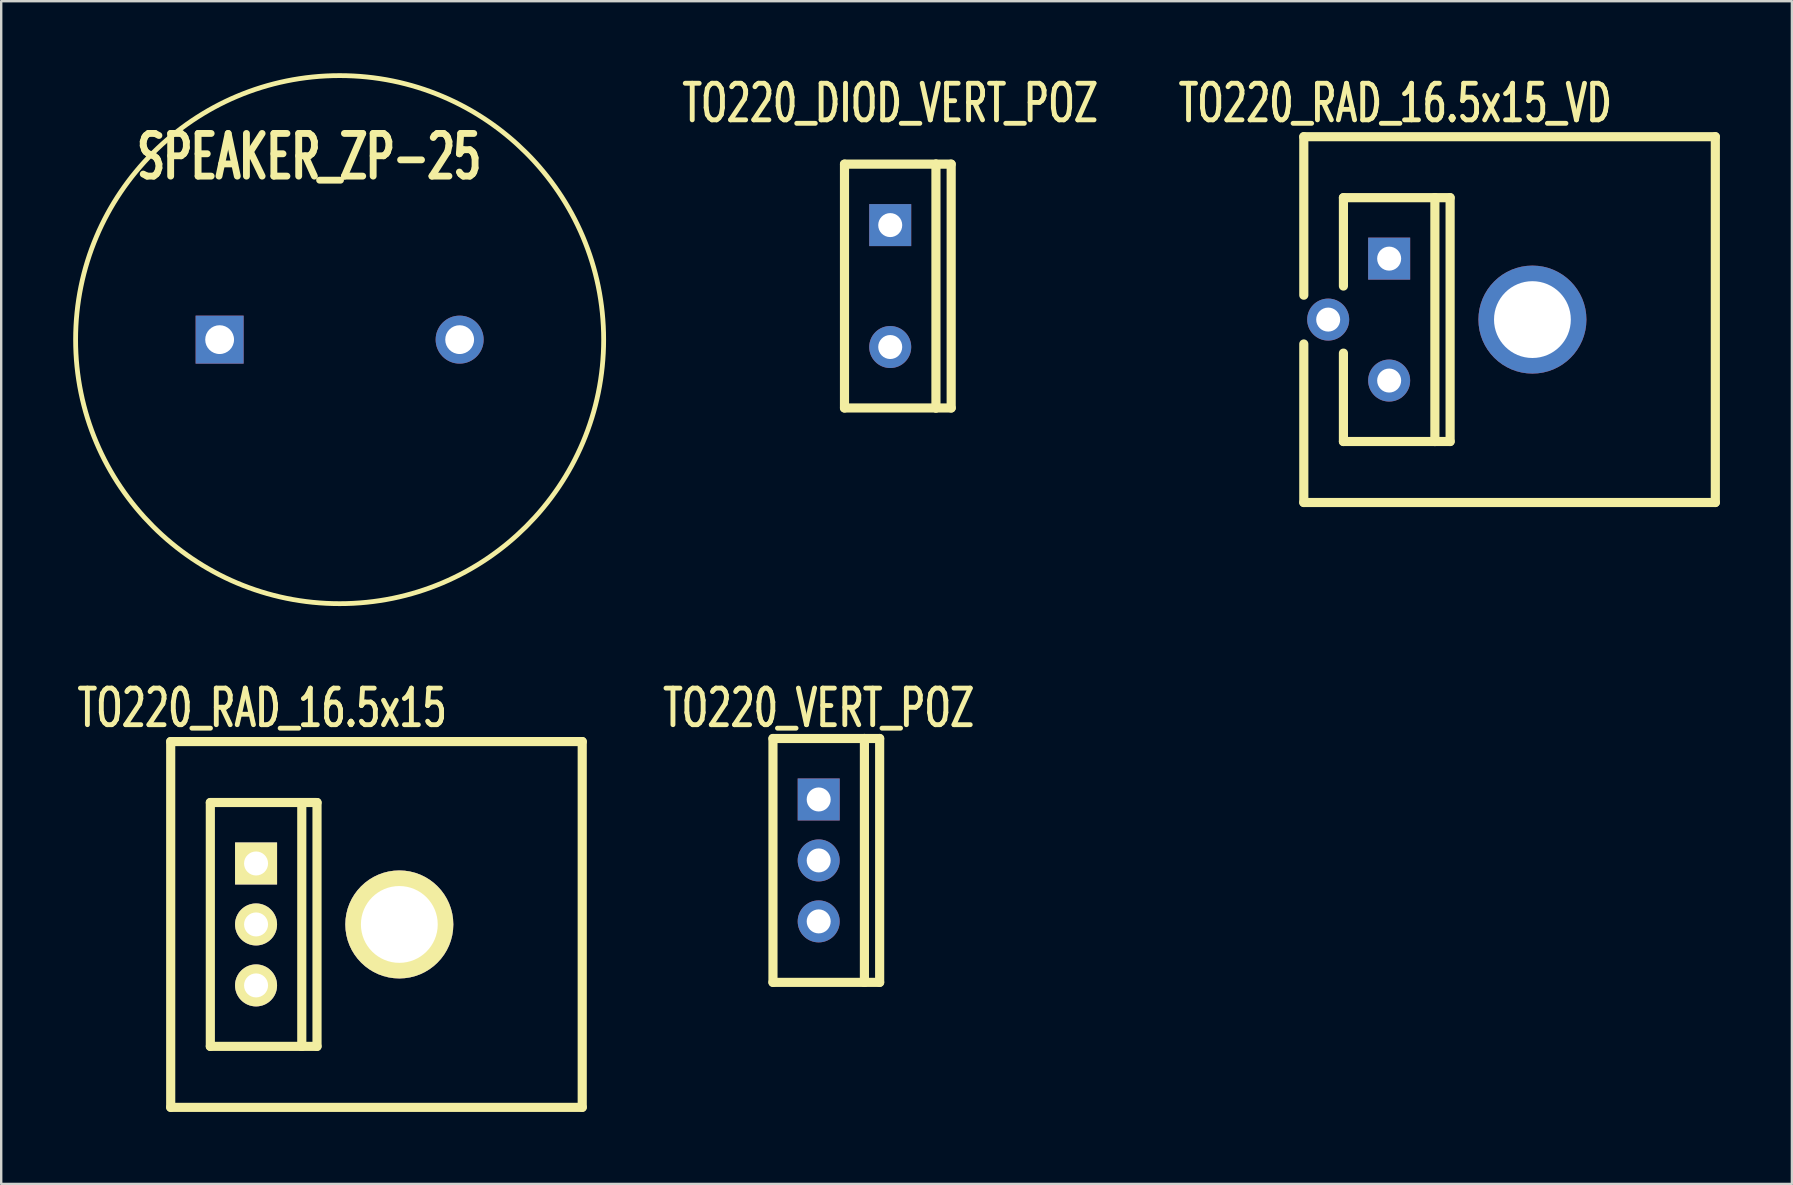
<source format=kicad_pcb>
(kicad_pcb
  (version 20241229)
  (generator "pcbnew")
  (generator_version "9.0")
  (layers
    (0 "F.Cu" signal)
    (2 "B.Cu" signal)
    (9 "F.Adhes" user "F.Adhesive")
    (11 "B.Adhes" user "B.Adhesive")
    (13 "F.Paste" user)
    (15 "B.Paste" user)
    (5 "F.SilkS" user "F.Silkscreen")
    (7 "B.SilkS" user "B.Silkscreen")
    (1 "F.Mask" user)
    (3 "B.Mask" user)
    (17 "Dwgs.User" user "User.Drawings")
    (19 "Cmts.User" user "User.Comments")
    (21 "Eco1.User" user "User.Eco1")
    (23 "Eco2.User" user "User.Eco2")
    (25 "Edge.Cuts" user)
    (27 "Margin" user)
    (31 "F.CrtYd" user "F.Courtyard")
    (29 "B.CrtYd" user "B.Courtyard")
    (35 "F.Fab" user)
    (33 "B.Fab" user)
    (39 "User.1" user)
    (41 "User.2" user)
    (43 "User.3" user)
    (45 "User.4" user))
  (footprint "TO220_RAD_16.5x15_VD"
    (layer "F.Cu")
    (at 60.795 10.265)
    (property "Reference" "TO220_RAD_16.5x15_VD" (at -5.715 -9.017 0) (layer "F.SilkS") (effects (font (size 1.524 1.016) (thickness 0.203))))
    (attr through_hole)
    (fp_line (start -9.525 -7.62) (end -9.525 -1.016) (stroke (width 0.381) (type solid)) (layer "F.SilkS"))
    (fp_line (start -9.525 7.62) (end -9.525 1.016) (stroke (width 0.381) (type solid)) (layer "F.SilkS"))
    (fp_line (start -7.874 -5.08) (end -7.874 -1.397) (stroke (width 0.381) (type solid)) (layer "F.SilkS"))
    (fp_line (start -7.874 -5.08) (end -4.064 -5.08) (stroke (width 0.381) (type solid)) (layer "F.SilkS"))
    (fp_line (start -7.874 5.08) (end -7.874 1.397) (stroke (width 0.381) (type solid)) (layer "F.SilkS"))
    (fp_line (start -4.064 -5.08) (end -4.064 5.08) (stroke (width 0.381) (type solid)) (layer "F.SilkS"))
    (fp_line (start -4.064 -5.08) (end -3.429 -5.08) (stroke (width 0.381) (type solid)) (layer "F.SilkS"))
    (fp_line (start -4.064 5.08) (end -7.874 5.08) (stroke (width 0.381) (type solid)) (layer "F.SilkS"))
    (fp_line (start -3.429 -5.08) (end -3.429 5.08) (stroke (width 0.381) (type solid)) (layer "F.SilkS"))
    (fp_line (start -3.429 5.08) (end -4.064 5.08) (stroke (width 0.381) (type solid)) (layer "F.SilkS"))
    (fp_line (start 7.62 -7.62) (end -9.525 -7.62) (stroke (width 0.381) (type solid)) (layer "F.SilkS"))
    (fp_line (start 7.62 -7.62) (end 7.62 7.62) (stroke (width 0.381) (type solid)) (layer "F.SilkS"))
    (fp_line (start 7.62 7.62) (end -9.525 7.62) (stroke (width 0.381) (type solid)) (layer "F.SilkS"))
    (pad "1" thru_hole rect (at -5.969 -2.54) (size 1.75 1.75) (drill 1) (layers "*.Cu" "*.Mask"))
    (pad "2" thru_hole circle (at -8.509 0) (size 1.75 1.75) (drill 1) (layers "*.Cu" "*.Mask"))
    (pad "3" thru_hole circle (at -5.969 2.54) (size 1.75 1.75) (drill 1) (layers "*.Cu" "*.Mask"))
    (pad "4" thru_hole circle (at 0 0) (size 4.5 4.5) (drill 3.2) (layers "*.Cu" "*.Mask")))
  (footprint "TO220_VERT_POZ"
    (layer "F.Cu")
    (at 31.059 32.798)
    (property "Reference" "TO220_VERT_POZ" (at 0 -6.35 0) (layer "F.SilkS") (effects (font (size 1.524 1.016) (thickness 0.203))))
    (attr through_hole)
    (fp_line (start -1.905 -5.08) (end 1.905 -5.08) (stroke (width 0.381) (type solid)) (layer "F.SilkS"))
    (fp_line (start -1.905 5.08) (end -1.905 -5.08) (stroke (width 0.381) (type solid)) (layer "F.SilkS"))
    (fp_line (start 1.905 -5.08) (end 1.905 5.08) (stroke (width 0.381) (type solid)) (layer "F.SilkS"))
    (fp_line (start 1.905 -5.08) (end 2.54 -5.08) (stroke (width 0.381) (type solid)) (layer "F.SilkS"))
    (fp_line (start 1.905 5.08) (end -1.905 5.08) (stroke (width 0.381) (type solid)) (layer "F.SilkS"))
    (fp_line (start 2.54 -5.08) (end 2.54 5.08) (stroke (width 0.381) (type solid)) (layer "F.SilkS"))
    (fp_line (start 2.54 5.08) (end 1.905 5.08) (stroke (width 0.381) (type solid)) (layer "F.SilkS"))
    (pad "1" thru_hole rect (at 0 -2.54) (size 1.75 1.75) (drill 1) (layers "*.Cu" "*.Mask"))
    (pad "2" thru_hole circle (at 0 0) (size 1.75 1.75) (drill 1) (layers "*.Cu" "*.Mask"))
    (pad "3" thru_hole circle (at 0 2.54) (size 1.75 1.75) (drill 1) (layers "*.Cu" "*.Mask")))
  (footprint "SPEAKER_ZP-25"
    (layer "F.Cu")
    (at 11.1 11.1)
    (property "Reference" "SPEAKER_ZP-25" (at -1.27 -7.62 0) (layer "F.SilkS") (effects (font (size 1.778 1.143) (thickness 0.286))))
    (attr through_hole)
    (fp_circle (center 0 0) (end 11 0) (stroke (width 0.2) (type solid)) (fill no) (layer "F.SilkS"))
    (pad "1" thru_hole rect (at -5 0) (size 2 2) (drill 1.2) (layers "*.Cu" "*.Mask"))
    (pad "2" thru_hole circle (at 5 0) (size 2 2) (drill 1.2) (layers "*.Cu" "*.Mask")))
  (footprint "TO220_DIOD_VERT_POZ"
    (layer "F.Cu")
    (at 34.039 8.868)
    (property "Reference" "TO220_DIOD_VERT_POZ" (at 0 -7.62 0) (layer "F.SilkS") (effects (font (size 1.524 1.016) (thickness 0.203))))
    (attr through_hole)
    (fp_line (start -1.905 -5.08) (end 1.905 -5.08) (stroke (width 0.381) (type solid)) (layer "F.SilkS"))
    (fp_line (start -1.905 5.08) (end -1.905 -5.08) (stroke (width 0.381) (type solid)) (layer "F.SilkS"))
    (fp_line (start 1.905 -5.08) (end 1.905 5.08) (stroke (width 0.381) (type solid)) (layer "F.SilkS"))
    (fp_line (start 1.905 -5.08) (end 2.54 -5.08) (stroke (width 0.381) (type solid)) (layer "F.SilkS"))
    (fp_line (start 1.905 5.08) (end -1.905 5.08) (stroke (width 0.381) (type solid)) (layer "F.SilkS"))
    (fp_line (start 2.54 -5.08) (end 2.54 5.08) (stroke (width 0.381) (type solid)) (layer "F.SilkS"))
    (fp_line (start 2.54 5.08) (end 1.905 5.08) (stroke (width 0.381) (type solid)) (layer "F.SilkS"))
    (pad "1" thru_hole circle (at 0 2.54) (size 1.75 1.75) (drill 1) (layers "*.Cu" "*.Mask"))
    (pad "2" thru_hole rect (at 0 -2.54) (size 1.75 1.75) (drill 1) (layers "*.Cu" "*.Mask")))
  (footprint "TO220_RAD_16.5x15"
    (layer "F.Cu")
    (at 13.587 35.465)
    (property "Reference" "TO220_RAD_16.5x15" (at -5.715 -9.017 0) (layer "F.SilkS") (effects (font (size 1.524 1.016) (thickness 0.203))))
    (attr through_hole)
    (fp_line (start -9.525 -7.62) (end -9.525 7.62) (stroke (width 0.381) (type solid)) (layer "F.SilkS"))
    (fp_line (start -7.874 -5.08) (end -4.064 -5.08) (stroke (width 0.381) (type solid)) (layer "F.SilkS"))
    (fp_line (start -7.874 5.08) (end -7.874 -5.08) (stroke (width 0.381) (type solid)) (layer "F.SilkS"))
    (fp_line (start -4.064 -5.08) (end -4.064 5.08) (stroke (width 0.381) (type solid)) (layer "F.SilkS"))
    (fp_line (start -4.064 -5.08) (end -3.429 -5.08) (stroke (width 0.381) (type solid)) (layer "F.SilkS"))
    (fp_line (start -4.064 5.08) (end -7.874 5.08) (stroke (width 0.381) (type solid)) (layer "F.SilkS"))
    (fp_line (start -3.429 -5.08) (end -3.429 5.08) (stroke (width 0.381) (type solid)) (layer "F.SilkS"))
    (fp_line (start -3.429 5.08) (end -4.064 5.08) (stroke (width 0.381) (type solid)) (layer "F.SilkS"))
    (fp_line (start 7.62 -7.62) (end -9.525 -7.62) (stroke (width 0.381) (type solid)) (layer "F.SilkS"))
    (fp_line (start 7.62 -7.62) (end 7.62 7.62) (stroke (width 0.381) (type solid)) (layer "F.SilkS"))
    (fp_line (start 7.62 7.62) (end -9.525 7.62) (stroke (width 0.381) (type solid)) (layer "F.SilkS"))
    (pad "1" thru_hole rect (at -5.969 -2.54) (size 1.75 1.75) (drill 1) (layers "*.Cu" "*.Mask" "F.SilkS"))
    (pad "2" thru_hole circle (at -5.969 0) (size 1.75 1.75) (drill 1) (layers "*.Cu" "*.Mask" "F.SilkS"))
    (pad "3" thru_hole circle (at -5.969 2.54) (size 1.75 1.75) (drill 1) (layers "*.Cu" "*.Mask" "F.SilkS"))
    (pad "4" thru_hole circle (at 0 0) (size 4.5 4.5) (drill 3.2) (layers "*.Cu" "*.Mask" "F.SilkS")))
  (gr_rect
    (start -3 -3)
    (end 71.606 46.276)
    (stroke (width 0.1) (type default))
    (fill no)
    (layer "Edge.Cuts")))
</source>
